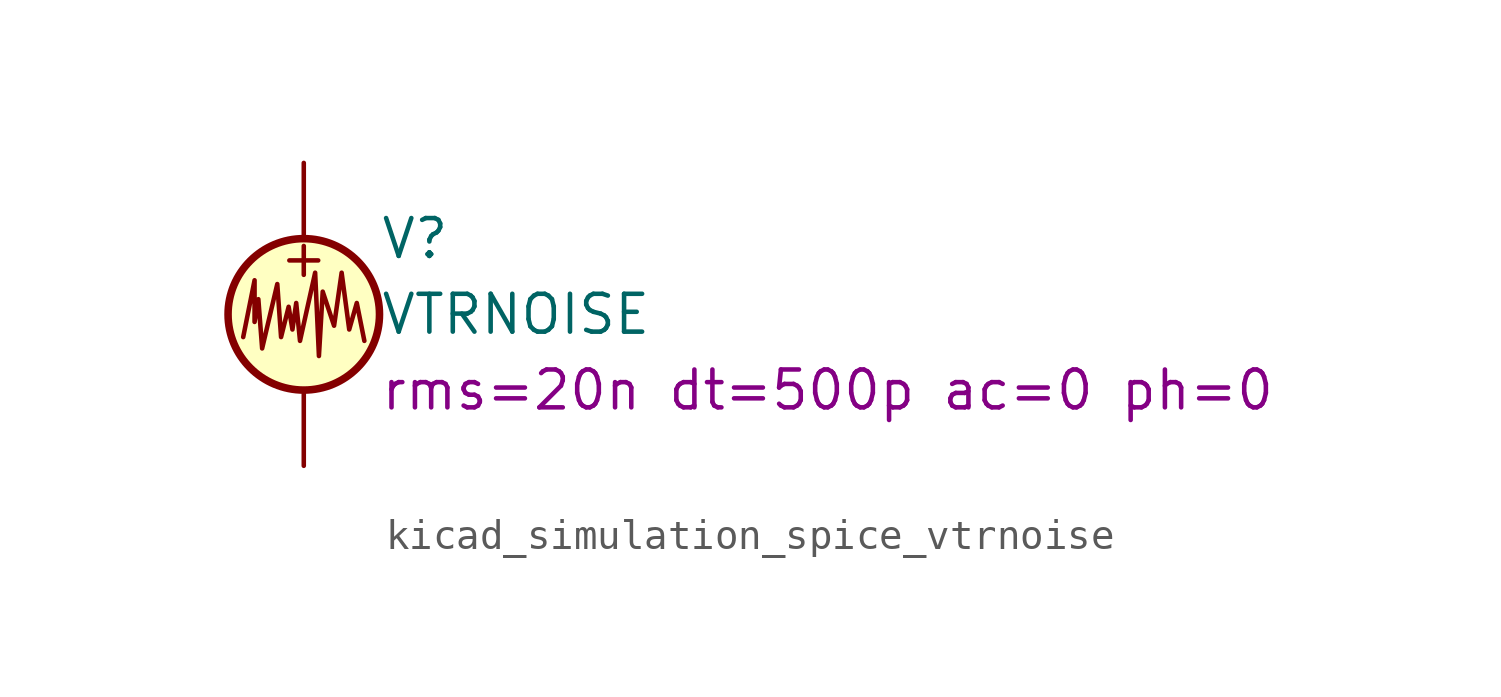
<source format=kicad_sym>
(kicad_symbol_lib
  (version 20220914)
  (generator kicad_symbol_editor)
  (symbol "kicad_simulation_spice_vtrnoise"
    (pin_numbers hide)
    (pin_names
      (offset 0.025))
    (property "Reference" "V"
      (at 2.54 2.54 0)
      (effects (font (size 1.27 1.27)) (justify left)))
    (property "Value" "VTRNOISE"
      (at 2.54 0 0)
      (effects (font (size 1.27 1.27)) (justify left)))
    (property "Sim.Params" "rms=20n dt=500p ac=0 ph=0"
      (at 2.54 -2.54 0)
      (effects (font (size 1.27 1.27)) (justify left)))
    (symbol "kicad_simulation_spice_vtrnoise_0_0"
      (text "+" (at 0 1.905 0) (effects (font (size 1.27 1.27)))))
    (symbol "kicad_simulation_spice_vtrnoise_0_1"
      (polyline (pts (xy -2.032 -0.762) (xy -1.651 1.143) (xy -1.651 -0.254) (xy -1.524 0.508) (xy -1.397 -1.143) (xy -0.889 1.016) (xy -0.762 -0.762) (xy -0.508 0.254) (xy -0.381 -0.508) (xy -0.254 0.381) (xy -0.127 -0.889) (xy 0.381 1.397) (xy 0.508 -1.397) (xy 0.635 0.762) (xy 1.016 -0.381) (xy 1.27 1.397) (xy 1.524 -0.508) (xy 1.778 0.381) (xy 2.032 -0.889)) (stroke (width 0) (type default)) (fill (type none)))
      (circle (center 0 0) (radius 2.54) (stroke (width 0.254) (type default)) (fill (type background))))
    (symbol "kicad_simulation_spice_vtrnoise_1_1"
      (pin passive line (at 0 5.08 270) (length 2.54) (name "~" (effects (font (size 1.27 1.27)))) (number "1" (effects (font (size 1.27 1.27)))))
      (pin passive line (at 0 -5.08 90) (length 2.54) (name "~" (effects (font (size 1.27 1.27)))) (number "2" (effects (font (size 1.27 1.27))))))))
</source>
